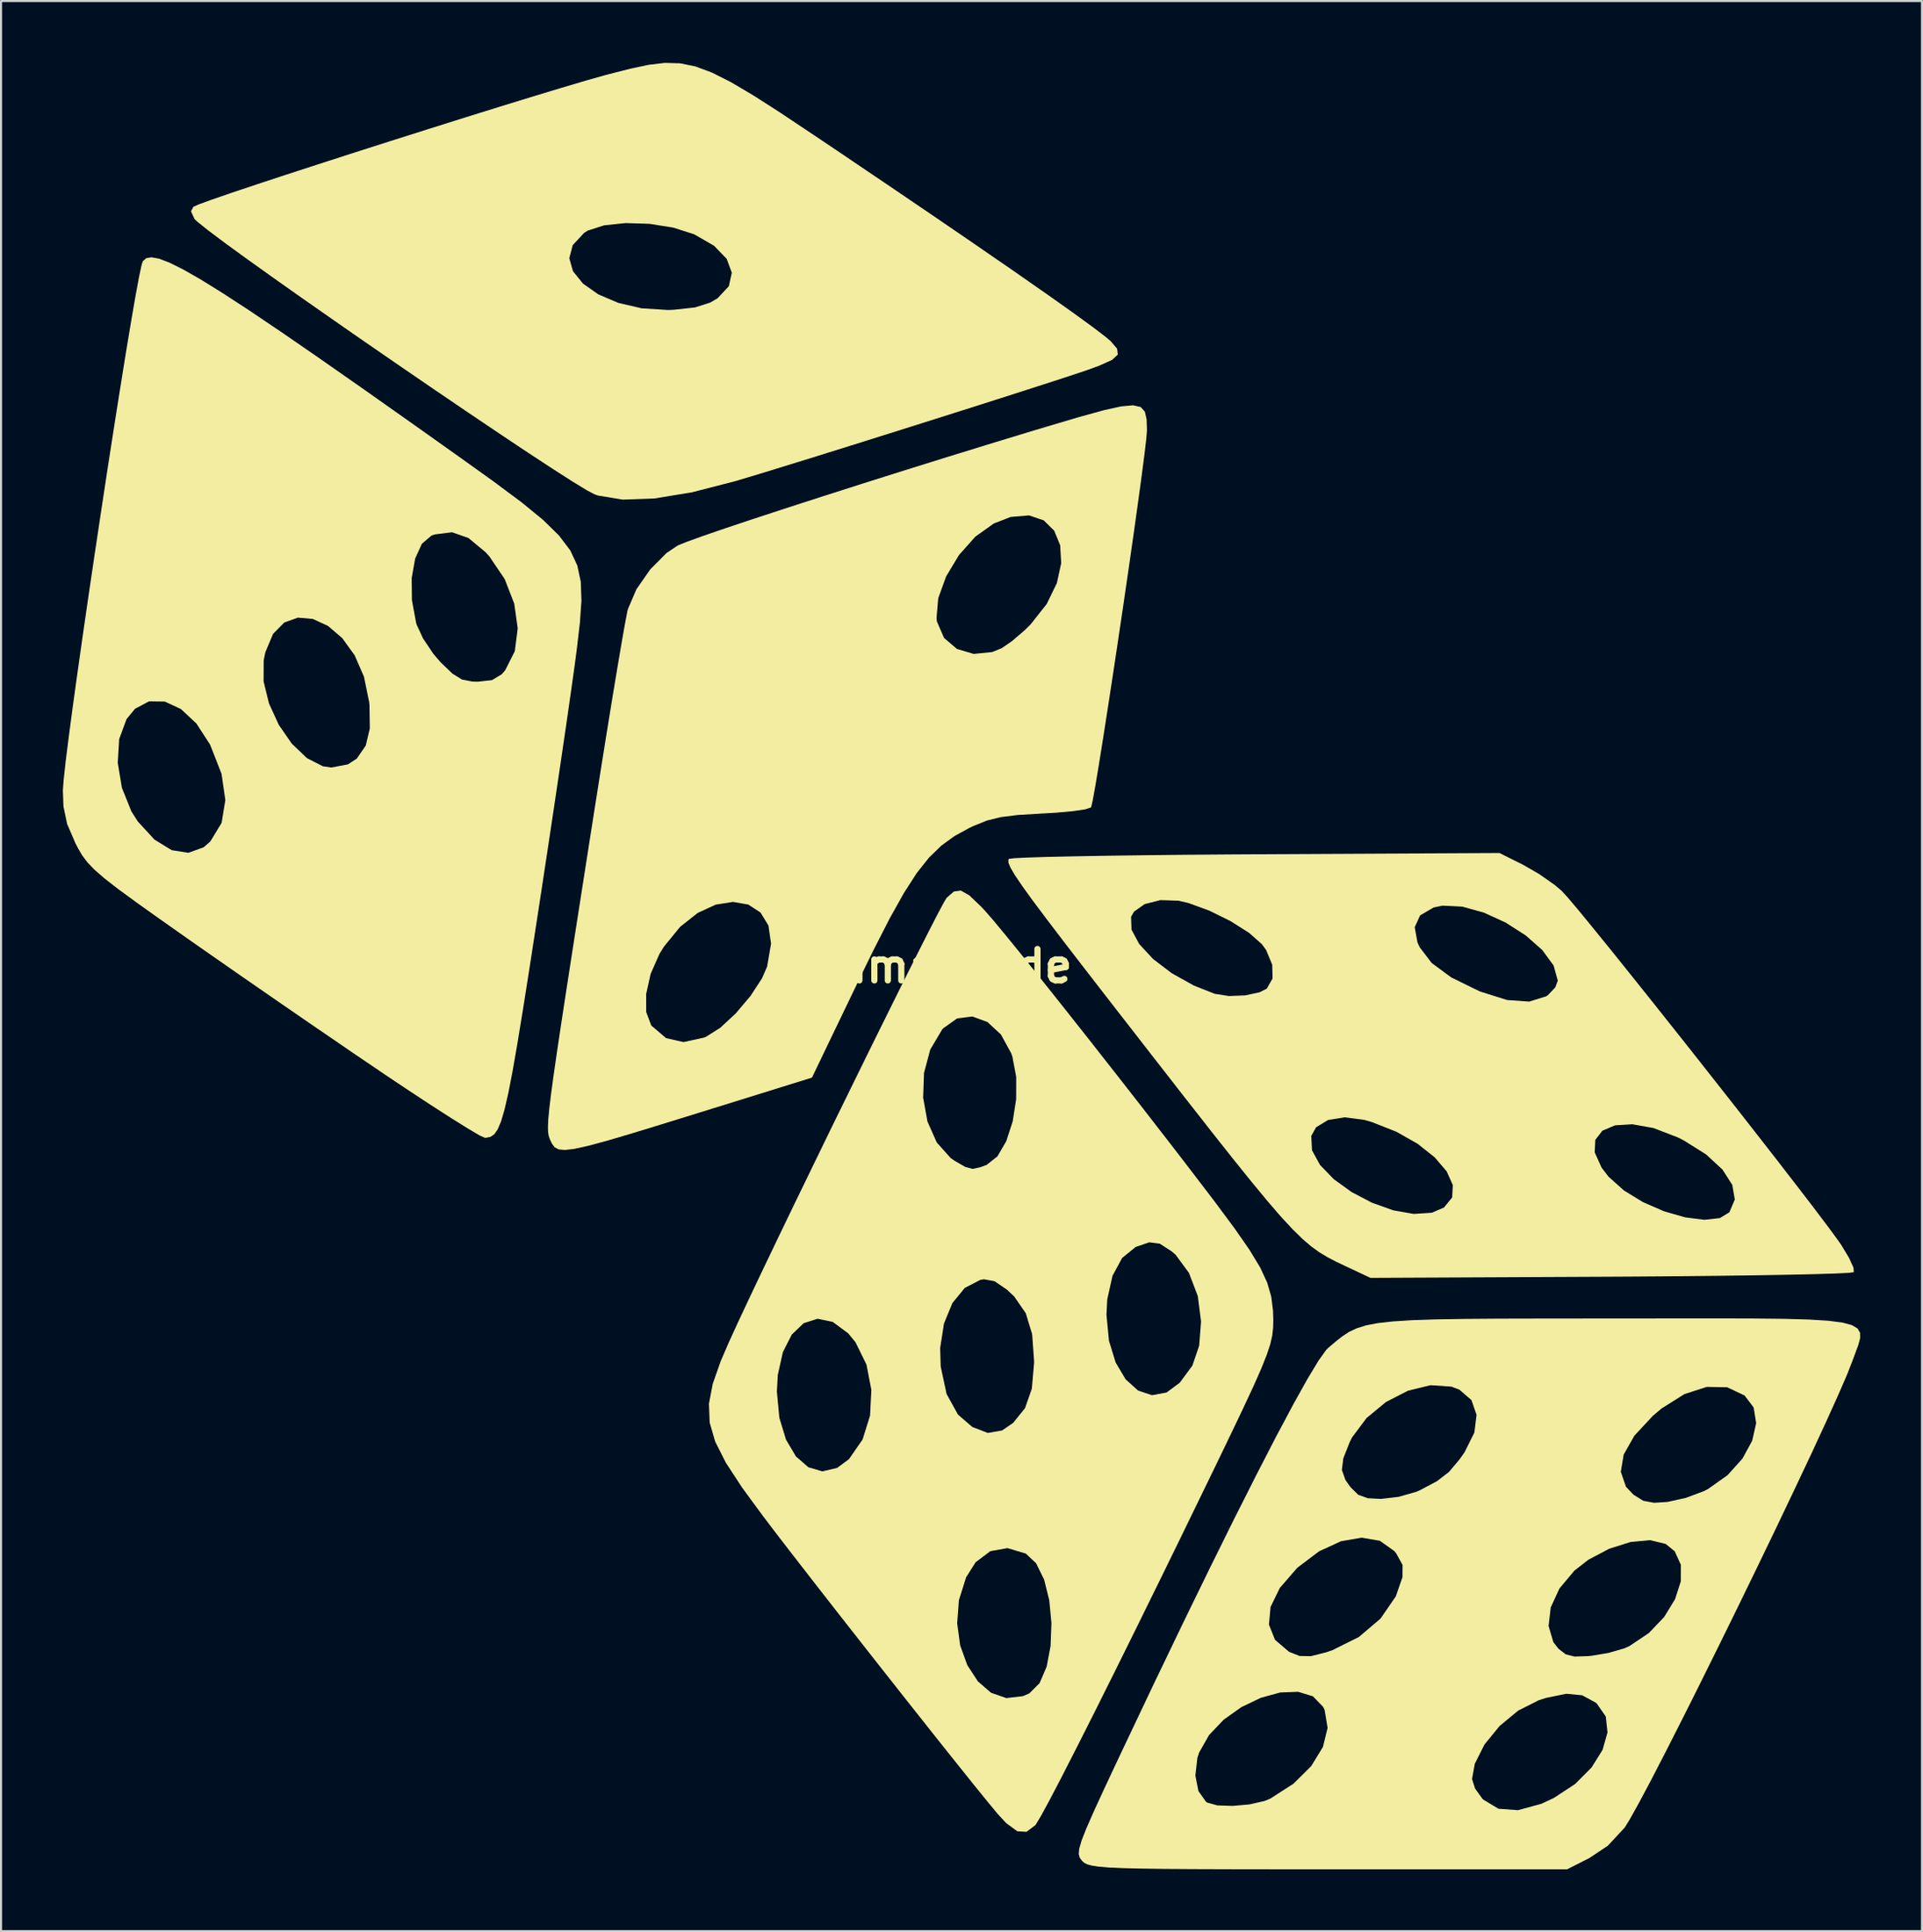
<source format=kicad_pcb>
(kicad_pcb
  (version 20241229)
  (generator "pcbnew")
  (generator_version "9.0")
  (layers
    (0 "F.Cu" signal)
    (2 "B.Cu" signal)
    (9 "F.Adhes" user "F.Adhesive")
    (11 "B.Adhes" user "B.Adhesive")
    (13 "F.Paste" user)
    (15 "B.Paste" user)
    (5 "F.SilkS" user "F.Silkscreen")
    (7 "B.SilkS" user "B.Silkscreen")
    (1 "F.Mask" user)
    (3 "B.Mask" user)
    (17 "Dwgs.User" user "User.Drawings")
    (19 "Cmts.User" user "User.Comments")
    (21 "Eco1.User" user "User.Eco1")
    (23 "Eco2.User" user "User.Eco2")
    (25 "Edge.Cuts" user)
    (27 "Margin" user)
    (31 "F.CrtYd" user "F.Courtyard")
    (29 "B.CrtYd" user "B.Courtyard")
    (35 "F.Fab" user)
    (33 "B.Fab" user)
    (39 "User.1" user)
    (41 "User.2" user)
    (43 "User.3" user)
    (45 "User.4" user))
  (footprint "image_de"
    (layer "F.Cu")
    (at 43.603 43.802)
    (property "Reference" "image_de" (at 0 0 0) (layer "F.SilkS") (effects (font (size 1.524 1.524) (thickness 0.3))))
    (attr board_only exclude_from_pos_files exclude_from_bom)
    (fp_poly (pts (xy -13.673 -43.782) (xy -12.93 -43.632) (xy -12.124 -43.333) (xy -11.2 -42.868) (xy -10.103 -42.219) (xy -8.777 -41.368) (xy -7.169 -40.296) (xy -6.35 -39.746) (xy -3.786 -38.015) (xy -1.439 -36.422) (xy 0.67 -34.98) (xy 2.524 -33.702) (xy 4.102 -32.602) (xy 5.385 -31.693) (xy 6.354 -30.989) (xy 6.989 -30.503) (xy 7.218 -30.307) (xy 7.528 -29.944) (xy 7.564 -29.658) (xy 7.282 -29.398) (xy 6.641 -29.111) (xy 6.118 -28.921) (xy 5.469 -28.702) (xy 4.466 -28.374) (xy 3.174 -27.957) (xy 1.657 -27.471) (xy -0.02 -26.938) (xy -1.792 -26.377) (xy -3.595 -25.808) (xy -5.364 -25.253) (xy -7.035 -24.731) (xy -8.543 -24.264) (xy -9.824 -23.87) (xy -10.813 -23.572) (xy -10.948 -23.531) (xy -13.084 -22.981) (xy -14.925 -22.678) (xy -16.452 -22.625) (xy -17.645 -22.822) (xy -17.814 -22.881) (xy -18.2 -23.084) (xy -18.897 -23.509) (xy -19.861 -24.127) (xy -21.05 -24.906) (xy -22.419 -25.818) (xy -23.926 -26.833) (xy -25.528 -27.921) (xy -27.181 -29.052) (xy -28.843 -30.196) (xy -30.469 -31.325) (xy -32.017 -32.407) (xy -33.444 -33.414) (xy -34.706 -34.316) (xy -34.724 -34.329) (xy -19.042 -34.329) (xy -18.861 -33.696) (xy -18.377 -33.1) (xy -17.633 -32.577) (xy -16.67 -32.165) (xy -15.532 -31.901) (xy -14.262 -31.82) (xy -13.981 -31.83) (xy -12.948 -31.943) (xy -12.208 -32.178) (xy -11.847 -32.391) (xy -11.301 -32.977) (xy -11.16 -33.629) (xy -11.406 -34.298) (xy -12.019 -34.934) (xy -12.983 -35.489) (xy -12.984 -35.49) (xy -13.998 -35.815) (xy -15.148 -35.998) (xy -16.306 -36.035) (xy -17.347 -35.927) (xy -18.143 -35.67) (xy -18.321 -35.56) (xy -18.876 -34.963) (xy -19.042 -34.329) (xy -34.724 -34.329) (xy -35.76 -35.083) (xy -36.563 -35.685) (xy -37.071 -36.092) (xy -37.22 -36.234) (xy -37.39 -36.607) (xy -37.274 -36.823) (xy -37.021 -36.938) (xy -36.399 -37.165) (xy -35.457 -37.49) (xy -34.246 -37.896) (xy -32.816 -38.367) (xy -31.215 -38.888) (xy -29.494 -39.443) (xy -27.703 -40.015) (xy -25.891 -40.59) (xy -24.107 -41.151) (xy -22.402 -41.682) (xy -20.826 -42.167) (xy -19.427 -42.591) (xy -18.256 -42.938) (xy -17.363 -43.191) (xy -17.11 -43.259) (xy -16.071 -43.522) (xy -15.189 -43.71) (xy -14.408 -43.802)) (stroke (width 0) (type solid)) (fill yes) (layer "F.SilkS"))
    (fp_poly (pts (xy 8.674 -27.114) (xy 8.875 -26.889) (xy 8.959 -26.522) (xy 8.976 -26.01) (xy 8.976 -25.975) (xy 8.944 -25.577) (xy 8.855 -24.819) (xy 8.717 -23.758) (xy 8.538 -22.448) (xy 8.328 -20.948) (xy 8.093 -19.311) (xy 7.843 -17.595) (xy 7.585 -15.856) (xy 7.328 -14.148) (xy 7.08 -12.53) (xy 6.85 -11.055) (xy 6.646 -9.781) (xy 6.476 -8.763) (xy 6.349 -8.057) (xy 6.272 -7.72) (xy 6.265 -7.703) (xy 6.007 -7.611) (xy 5.41 -7.52) (xy 4.569 -7.442) (xy 3.86 -7.401) (xy 2.719 -7.333) (xy 1.88 -7.228) (xy 1.206 -7.059) (xy 0.561 -6.799) (xy 0.362 -6.704) (xy -0.356 -6.31) (xy -0.997 -5.846) (xy -1.597 -5.264) (xy -2.191 -4.512) (xy -2.816 -3.542) (xy -3.508 -2.305) (xy -4.302 -0.75) (xy -5.009 0.698) (xy -7.272 5.403) (xy -12.705 7.092) (xy -14.584 7.674) (xy -16.089 8.134) (xy -17.265 8.479) (xy -18.156 8.718) (xy -18.805 8.86) (xy -19.258 8.912) (xy -19.557 8.884) (xy -19.748 8.783) (xy -19.875 8.618) (xy -19.949 8.468) (xy -20.003 8.342) (xy -20.045 8.203) (xy -20.071 8.02) (xy -20.076 7.762) (xy -20.058 7.399) (xy -20.01 6.898) (xy -19.93 6.231) (xy -19.813 5.365) (xy -19.655 4.27) (xy -19.453 2.915) (xy -19.214 1.353) (xy -15.314 1.353) (xy -15.31 2.224) (xy -15.071 2.864) (xy -15.054 2.887) (xy -14.346 3.489) (xy -13.501 3.68) (xy -12.507 3.463) (xy -12.413 3.425) (xy -11.723 2.99) (xy -10.964 2.285) (xy -10.25 1.441) (xy -9.694 0.588) (xy -9.447 0.02) (xy -9.256 -1.093) (xy -9.382 -1.97) (xy -9.769 -2.604) (xy -10.362 -2.989) (xy -11.104 -3.118) (xy -11.94 -2.985) (xy -12.813 -2.583) (xy -13.669 -1.905) (xy -14.452 -0.946) (xy -14.672 -0.588) (xy -15.097 0.374) (xy -15.314 1.353) (xy -19.214 1.353) (xy -19.201 1.269) (xy -18.897 -0.699) (xy -18.535 -3.02) (xy -18.112 -5.724) (xy -17.831 -7.515) (xy -17.522 -9.474) (xy -17.225 -11.327) (xy -16.95 -13.021) (xy -16.703 -14.507) (xy -16.495 -15.732) (xy -16.333 -16.646) (xy -16.29 -16.868) (xy -1.231 -16.868) (xy -1.208 -16.706) (xy -0.867 -15.92) (xy -0.241 -15.385) (xy 0.57 -15.142) (xy 1.467 -15.232) (xy 1.927 -15.419) (xy 2.429 -15.762) (xy 3.035 -16.281) (xy 3.329 -16.569) (xy 4.117 -17.569) (xy 4.607 -18.579) (xy 4.817 -19.543) (xy 4.768 -20.407) (xy 4.478 -21.117) (xy 3.968 -21.619) (xy 3.257 -21.86) (xy 2.364 -21.784) (xy 1.549 -21.467) (xy 0.652 -20.829) (xy -0.14 -19.937) (xy -0.762 -18.904) (xy -1.147 -17.844) (xy -1.231 -16.868) (xy -16.29 -16.868) (xy -16.227 -17.198) (xy -16.202 -17.304) (xy -15.787 -18.274) (xy -15.121 -19.236) (xy -14.327 -20.034) (xy -13.783 -20.399) (xy -13.367 -20.57) (xy -12.581 -20.854) (xy -11.473 -21.235) (xy -10.091 -21.696) (xy -8.483 -22.223) (xy -6.699 -22.8) (xy -4.786 -23.411) (xy -2.793 -24.04) (xy -0.768 -24.672) (xy 1.241 -25.292) (xy 3.185 -25.884) (xy 4.152 -26.175) (xy 5.692 -26.631) (xy 6.864 -26.955) (xy 7.719 -27.145) (xy 8.305 -27.199)) (stroke (width 0) (type solid)) (fill yes) (layer "F.SilkS"))
    (fp_poly (pts (xy -38.944 -34.31) (xy -38.435 -34.117) (xy -37.766 -33.784) (xy -36.915 -33.298) (xy -35.861 -32.644) (xy -34.582 -31.81) (xy -33.056 -30.783) (xy -31.262 -29.548) (xy -29.178 -28.092) (xy -26.782 -26.402) (xy -24.362 -24.685) (xy -22.695 -23.491) (xy -21.355 -22.493) (xy -20.313 -21.641) (xy -19.537 -20.88) (xy -18.994 -20.161) (xy -18.653 -19.43) (xy -18.483 -18.635) (xy -18.452 -17.725) (xy -18.528 -16.646) (xy -18.68 -15.348) (xy -18.683 -15.328) (xy -18.797 -14.47) (xy -18.97 -13.241) (xy -19.191 -11.703) (xy -19.453 -9.918) (xy -19.746 -7.948) (xy -20.06 -5.854) (xy -20.388 -3.699) (xy -20.586 -2.406) (xy -20.962 0.03) (xy -21.283 2.069) (xy -21.557 3.744) (xy -21.792 5.092) (xy -21.997 6.148) (xy -22.181 6.947) (xy -22.35 7.524) (xy -22.515 7.914) (xy -22.683 8.153) (xy -22.863 8.276) (xy -23.063 8.318) (xy -23.139 8.321) (xy -23.396 8.203) (xy -23.962 7.87) (xy -24.784 7.358) (xy -25.809 6.697) (xy -26.986 5.923) (xy -27.977 5.26) (xy -29.511 4.219) (xy -31.28 3.01) (xy -33.159 1.718) (xy -35.025 0.427) (xy -36.755 -0.777) (xy -37.443 -1.259) (xy -38.908 -2.289) (xy -40.058 -3.108) (xy -40.938 -3.753) (xy -41.593 -4.263) (xy -42.069 -4.676) (xy -42.409 -5.03) (xy -42.66 -5.363) (xy -42.866 -5.712) (xy -42.996 -5.964) (xy -43.396 -6.895) (xy -43.576 -7.748) (xy -43.603 -8.526) (xy -43.566 -9.036) (xy -43.475 -9.862) (xy -40.942 -9.862) (xy -40.74 -8.649) (xy -40.281 -7.507) (xy -39.968 -7.016) (xy -39.159 -6.137) (xy -38.326 -5.626) (xy -37.516 -5.498) (xy -36.778 -5.765) (xy -36.452 -6.048) (xy -35.904 -6.951) (xy -35.723 -8.057) (xy -35.908 -9.33) (xy -36.46 -10.734) (xy -36.468 -10.75) (xy -37.127 -11.768) (xy -37.876 -12.468) (xy -38.66 -12.832) (xy -39.421 -12.843) (xy -40.103 -12.483) (xy -40.515 -11.982) (xy -40.872 -11.016) (xy -40.942 -9.862) (xy -43.475 -9.862) (xy -43.471 -9.906) (xy -43.322 -11.09) (xy -43.129 -12.54) (xy -42.954 -13.811) (xy -33.869 -13.811) (xy -33.605 -12.737) (xy -33.13 -11.701) (xy -32.499 -10.789) (xy -31.767 -10.09) (xy -30.991 -9.693) (xy -30.583 -9.634) (xy -29.773 -9.788) (xy -29.347 -10.067) (xy -28.914 -10.696) (xy -28.716 -11.53) (xy -28.733 -12.658) (xy -28.747 -12.801) (xy -29 -14.036) (xy -29.453 -15.078) (xy -30.052 -15.906) (xy -30.745 -16.5) (xy -31.48 -16.839) (xy -32.204 -16.902) (xy -32.864 -16.667) (xy -33.408 -16.115) (xy -33.783 -15.224) (xy -33.864 -14.832) (xy -33.869 -13.811) (xy -42.954 -13.811) (xy -42.898 -14.209) (xy -42.637 -16.05) (xy -42.352 -18.014) (xy -42.233 -18.819) (xy -26.685 -18.819) (xy -26.674 -17.747) (xy -26.47 -16.647) (xy -26.446 -16.565) (xy -26.136 -15.894) (xy -25.633 -15.146) (xy -25.279 -14.733) (xy -24.708 -14.185) (xy -24.248 -13.901) (xy -23.743 -13.802) (xy -23.483 -13.795) (xy -22.789 -13.872) (xy -22.32 -14.155) (xy -22.15 -14.349) (xy -21.684 -15.276) (xy -21.543 -16.385) (xy -21.712 -17.582) (xy -22.175 -18.774) (xy -22.917 -19.868) (xy -23.106 -20.076) (xy -23.93 -20.762) (xy -24.729 -21.042) (xy -25.573 -20.936) (xy -25.719 -20.885) (xy -26.191 -20.485) (xy -26.518 -19.764) (xy -26.685 -18.819) (xy -42.233 -18.819) (xy -42.05 -20.054) (xy -41.739 -22.122) (xy -41.427 -24.172) (xy -41.119 -26.156) (xy -40.824 -28.025) (xy -40.549 -29.733) (xy -40.3 -31.233) (xy -40.085 -32.475) (xy -39.911 -33.414) (xy -39.786 -34.001) (xy -39.729 -34.181) (xy -39.569 -34.328) (xy -39.315 -34.376)) (stroke (width 0) (type solid)) (fill yes) (layer "F.SilkS"))
    (fp_poly (pts (xy 27.215 -4.919) (xy 28.011 -4.46) (xy 28.771 -3.926) (xy 29.092 -3.652) (xy 29.386 -3.331) (xy 29.913 -2.706) (xy 30.639 -1.821) (xy 31.532 -0.72) (xy 32.556 0.555) (xy 33.677 1.96) (xy 34.862 3.451) (xy 36.075 4.987) (xy 37.284 6.523) (xy 38.453 8.015) (xy 39.549 9.422) (xy 40.538 10.7) (xy 41.385 11.805) (xy 42.056 12.694) (xy 42.517 13.324) (xy 42.656 13.524) (xy 43.028 14.144) (xy 43.244 14.621) (xy 43.261 14.838) (xy 43.017 14.87) (xy 42.377 14.902) (xy 41.38 14.933) (xy 40.069 14.962) (xy 38.483 14.99) (xy 36.664 15.014) (xy 34.653 15.035) (xy 32.49 15.051) (xy 31.458 15.057) (xy 19.816 15.114) (xy 18.614 14.549) (xy 18.154 14.331) (xy 17.74 14.116) (xy 17.346 13.879) (xy 16.947 13.592) (xy 16.521 13.228) (xy 16.043 12.76) (xy 15.488 12.161) (xy 14.832 11.403) (xy 14.052 10.46) (xy 13.122 9.305) (xy 12.271 8.23) (xy 16.946 8.23) (xy 16.981 8.925) (xy 17.371 9.639) (xy 18.039 10.33) (xy 18.906 10.955) (xy 19.894 11.472) (xy 20.924 11.839) (xy 21.919 12.014) (xy 22.8 11.954) (xy 23.381 11.702) (xy 23.78 11.214) (xy 23.811 10.615) (xy 23.515 9.952) (xy 22.933 9.27) (xy 22.63 9.029) (xy 30.694 9.029) (xy 31.026 9.768) (xy 31.365 10.209) (xy 32.105 10.872) (xy 33.031 11.439) (xy 34.052 11.884) (xy 35.077 12.179) (xy 36.013 12.298) (xy 36.768 12.213) (xy 37.225 11.933) (xy 37.488 11.312) (xy 37.366 10.607) (xy 36.89 9.862) (xy 36.092 9.126) (xy 35.003 8.443) (xy 34.706 8.294) (xy 33.544 7.849) (xy 32.52 7.665) (xy 31.679 7.717) (xy 31.064 7.978) (xy 30.721 8.424) (xy 30.694 9.029) (xy 22.63 9.029) (xy 22.106 8.613) (xy 21.075 8.028) (xy 19.883 7.559) (xy 19.525 7.455) (xy 18.577 7.328) (xy 17.764 7.456) (xy 17.18 7.812) (xy 16.946 8.23) (xy 12.271 8.23) (xy 12.019 7.911) (xy 10.718 6.25) (xy 9.195 4.295) (xy 7.558 2.19) (xy 6.178 0.411) (xy 5.048 -1.054) (xy 4.144 -2.238) (xy 4.026 -2.396) (xy 8.207 -2.396) (xy 8.226 -1.774) (xy 8.602 -1.073) (xy 9.272 -0.35) (xy 10.178 0.34) (xy 11.257 0.942) (xy 12.261 1.339) (xy 12.948 1.447) (xy 13.74 1.416) (xy 14.443 1.264) (xy 14.789 1.088) (xy 15.068 0.597) (xy 15.052 -0.072) (xy 14.756 -0.785) (xy 14.552 -1.065) (xy 13.927 -1.618) (xy 13.494 -1.892) (xy 21.962 -1.892) (xy 22.097 -1.148) (xy 22.204 -0.917) (xy 22.788 -0.154) (xy 23.734 0.544) (xy 25.078 1.203) (xy 25.157 1.236) (xy 26.445 1.641) (xy 27.516 1.717) (xy 28.34 1.461) (xy 28.417 1.411) (xy 28.782 1.028) (xy 28.903 0.699) (xy 28.699 -0.034) (xy 28.151 -0.782) (xy 27.346 -1.493) (xy 26.371 -2.116) (xy 25.316 -2.598) (xy 24.267 -2.889) (xy 23.313 -2.936) (xy 22.879 -2.846) (xy 22.225 -2.464) (xy 21.962 -1.892) (xy 13.494 -1.892) (xy 13.025 -2.188) (xy 11.996 -2.695) (xy 10.99 -3.063) (xy 10.503 -3.176) (xy 9.628 -3.204) (xy 8.868 -3.012) (xy 8.345 -2.643) (xy 8.207 -2.396) (xy 4.026 -2.396) (xy 3.446 -3.17) (xy 2.93 -3.883) (xy 2.575 -4.407) (xy 2.359 -4.773) (xy 2.259 -5.012) (xy 2.254 -5.154) (xy 2.285 -5.205) (xy 2.528 -5.236) (xy 3.169 -5.268) (xy 4.166 -5.299) (xy 5.479 -5.328) (xy 7.067 -5.356) (xy 8.891 -5.381) (xy 10.908 -5.403) (xy 13.079 -5.42) (xy 14.259 -5.427) (xy 26.074 -5.489)) (stroke (width 0) (type solid)) (fill yes) (layer "F.SilkS"))
    (fp_poly (pts (xy 0.359 -3.436) (xy 0.929 -2.892) (xy 1.126 -2.682) (xy 1.524 -2.225) (xy 2.152 -1.467) (xy 2.974 -0.455) (xy 3.953 0.765) (xy 5.052 2.146) (xy 6.234 3.642) (xy 7.463 5.207) (xy 8.703 6.794) (xy 9.915 8.357) (xy 11.065 9.848) (xy 12.114 11.223) (xy 12.226 11.369) (xy 13.21 12.691) (xy 13.945 13.748) (xy 14.467 14.609) (xy 14.809 15.345) (xy 15.005 16.023) (xy 15.091 16.714) (xy 15.104 17.157) (xy 15.095 17.538) (xy 15.053 17.913) (xy 14.957 18.333) (xy 14.787 18.846) (xy 14.524 19.504) (xy 14.148 20.354) (xy 13.639 21.448) (xy 12.977 22.834) (xy 12.141 24.563) (xy 12.122 24.601) (xy 10.832 27.258) (xy 9.601 29.776) (xy 8.444 32.128) (xy 7.376 34.287) (xy 6.409 36.224) (xy 5.557 37.912) (xy 4.836 39.322) (xy 4.258 40.428) (xy 3.838 41.202) (xy 3.59 41.615) (xy 3.556 41.658) (xy 3.133 41.976) (xy 2.684 41.947) (xy 2.147 41.553) (xy 1.733 41.104) (xy 1.261 40.534) (xy 0.562 39.672) (xy -0.321 38.57) (xy -1.347 37.282) (xy -2.474 35.859) (xy -3.661 34.356) (xy -4.865 32.825) (xy -5.619 31.864) (xy -0.229 31.864) (xy -0.083 32.934) (xy 0.262 33.892) (xy 0.773 34.678) (xy 1.415 35.232) (xy 2.157 35.491) (xy 2.965 35.396) (xy 3.273 35.26) (xy 3.769 34.765) (xy 4.112 33.964) (xy 4.302 32.959) (xy 4.344 31.853) (xy 4.238 30.748) (xy 3.989 29.747) (xy 3.599 28.953) (xy 3.099 28.483) (xy 2.21 28.218) (xy 1.378 28.367) (xy 0.665 28.905) (xy 0.205 29.633) (xy -0.144 30.743) (xy -0.229 31.864) (xy -5.619 31.864) (xy -6.045 31.32) (xy -7.159 29.893) (xy -8.164 28.598) (xy -9.02 27.488) (xy -9.611 26.713) (xy -10.669 25.27) (xy -11.449 24.076) (xy -11.965 23.054) (xy -12.233 22.128) (xy -12.268 21.22) (xy -12.156 20.629) (xy -8.973 20.629) (xy -8.853 21.899) (xy -8.53 22.96) (xy -8.047 23.773) (xy -7.445 24.298) (xy -6.766 24.497) (xy -6.051 24.33) (xy -5.478 23.905) (xy -4.816 22.952) (xy -4.454 21.795) (xy -4.39 20.548) (xy -4.626 19.324) (xy -5.023 18.513) (xy -1.053 18.513) (xy -1.028 19.409) (xy -0.742 20.745) (xy -0.19 21.743) (xy 0.503 22.342) (xy 1.257 22.634) (xy 1.951 22.513) (xy 2.486 22.145) (xy 3.063 21.431) (xy 3.393 20.487) (xy 3.503 19.231) (xy 3.503 19.163) (xy 3.408 17.845) (xy 3.122 16.906) (xy 7.012 16.906) (xy 7.133 18.159) (xy 7.457 19.215) (xy 7.942 20.034) (xy 8.544 20.577) (xy 9.22 20.804) (xy 9.925 20.673) (xy 10.565 20.2) (xy 11.18 19.368) (xy 11.509 18.404) (xy 11.6 17.229) (xy 11.442 15.995) (xy 11.014 14.874) (xy 10.372 14) (xy 10.18 13.832) (xy 9.599 13.456) (xy 9.09 13.39) (xy 8.445 13.609) (xy 8.423 13.619) (xy 7.773 14.146) (xy 7.306 15.014) (xy 7.051 16.155) (xy 7.012 16.906) (xy 3.122 16.906) (xy 3.099 16.828) (xy 2.537 16.016) (xy 2.185 15.686) (xy 1.586 15.277) (xy 1.075 15.182) (xy 0.896 15.211) (xy 0.141 15.601) (xy -0.459 16.333) (xy -0.869 17.331) (xy -1.053 18.513) (xy -5.023 18.513) (xy -5.159 18.237) (xy -5.513 17.805) (xy -6.264 17.249) (xy -6.998 17.096) (xy -7.674 17.312) (xy -8.249 17.862) (xy -8.682 18.712) (xy -8.93 19.828) (xy -8.973 20.629) (xy -12.156 20.629) (xy -12.085 20.256) (xy -11.699 19.157) (xy -11.3 18.23) (xy -10.873 17.3) (xy -10.314 16.107) (xy -9.645 14.698) (xy -8.887 13.116) (xy -8.061 11.405) (xy -7.19 9.609) (xy -6.296 7.772) (xy -5.612 6.375) (xy -1.879 6.375) (xy -1.67 7.533) (xy -1.221 8.545) (xy -0.541 9.307) (xy -0.346 9.441) (xy 0.17 9.737) (xy 0.519 9.83) (xy 0.907 9.744) (xy 1.2 9.636) (xy 1.724 9.223) (xy 2.153 8.484) (xy 2.464 7.525) (xy 2.632 6.452) (xy 2.635 5.37) (xy 2.449 4.385) (xy 2.395 4.229) (xy 1.893 3.312) (xy 1.239 2.707) (xy 0.507 2.439) (xy -0.232 2.533) (xy -0.906 3.013) (xy -0.96 3.075) (xy -1.534 4.042) (xy -1.837 5.176) (xy -1.879 6.375) (xy -5.612 6.375) (xy -5.398 5.938) (xy -4.52 4.151) (xy -3.683 2.457) (xy -2.909 0.897) (xy -2.218 -0.482) (xy -1.634 -1.638) (xy -1.176 -2.527) (xy -0.868 -3.103) (xy -0.737 -3.317) (xy -0.39 -3.62) (xy -0.053 -3.669)) (stroke (width 0) (type solid)) (fill yes) (layer "F.SilkS"))
    (fp_poly (pts (xy 38.39 17.084) (xy 39.902 17.1) (xy 41.104 17.135) (xy 42.027 17.193) (xy 42.703 17.28) (xy 43.163 17.403) (xy 43.439 17.566) (xy 43.563 17.776) (xy 43.566 18.038) (xy 43.481 18.358) (xy 43.34 18.742) (xy 43.185 19.16) (xy 42.923 19.827) (xy 42.491 20.824) (xy 41.914 22.1) (xy 41.216 23.608) (xy 40.42 25.297) (xy 39.551 27.119) (xy 38.633 29.025) (xy 37.689 30.965) (xy 36.744 32.891) (xy 35.821 34.753) (xy 34.945 36.502) (xy 34.14 38.089) (xy 33.428 39.465) (xy 32.836 40.58) (xy 32.385 41.387) (xy 32.148 41.77) (xy 31.327 42.653) (xy 30.431 43.248) (xy 29.356 43.793) (xy 17.777 43.793) (xy 15.228 43.793) (xy 13.08 43.79) (xy 11.299 43.784) (xy 9.847 43.774) (xy 8.691 43.758) (xy 7.793 43.735) (xy 7.117 43.704) (xy 6.629 43.663) (xy 6.292 43.612) (xy 6.069 43.549) (xy 5.926 43.473) (xy 5.827 43.382) (xy 5.824 43.378) (xy 5.717 43.234) (xy 5.667 43.053) (xy 5.692 42.787) (xy 5.81 42.387) (xy 6.039 41.803) (xy 6.398 40.986) (xy 6.904 39.888) (xy 7.206 39.244) (xy 11.324 39.244) (xy 11.474 40.001) (xy 11.84 40.519) (xy 11.893 40.556) (xy 12.385 40.694) (xy 13.128 40.72) (xy 13.95 40.646) (xy 14.681 40.48) (xy 14.955 40.368) (xy 16.082 39.642) (xy 16.31 39.417) (xy 24.743 39.417) (xy 24.892 39.879) (xy 25.252 40.38) (xy 25.281 40.409) (xy 26.025 40.857) (xy 26.972 40.926) (xy 28.104 40.618) (xy 28.71 40.335) (xy 29.744 39.656) (xy 30.542 38.855) (xy 31.075 38) (xy 31.314 37.154) (xy 31.23 36.385) (xy 30.795 35.757) (xy 30.735 35.707) (xy 30.084 35.355) (xy 29.316 35.281) (xy 28.332 35.482) (xy 27.981 35.594) (xy 26.985 36.096) (xy 26.079 36.845) (xy 25.347 37.74) (xy 24.876 38.68) (xy 24.743 39.417) (xy 16.31 39.417) (xy 16.946 38.786) (xy 17.51 37.863) (xy 17.738 36.936) (xy 17.593 36.068) (xy 17.519 35.913) (xy 17.027 35.406) (xy 16.309 35.185) (xy 15.44 35.219) (xy 14.498 35.477) (xy 13.557 35.928) (xy 12.694 36.542) (xy 11.985 37.287) (xy 11.506 38.133) (xy 11.422 38.392) (xy 11.324 39.244) (xy 7.206 39.244) (xy 7.575 38.458) (xy 7.81 37.959) (xy 9.285 34.852) (xy 10.68 31.949) (xy 10.691 31.926) (xy 14.893 31.926) (xy 15.188 32.666) (xy 15.863 33.243) (xy 15.875 33.249) (xy 16.381 33.449) (xy 16.927 33.459) (xy 17.662 33.273) (xy 17.967 33.169) (xy 19.255 32.529) (xy 19.884 31.993) (xy 28.456 31.993) (xy 28.686 32.774) (xy 28.931 33.092) (xy 29.284 33.367) (xy 29.71 33.477) (xy 30.371 33.456) (xy 30.549 33.438) (xy 31.362 33.3) (xy 32.108 33.086) (xy 32.372 32.972) (xy 33.318 32.338) (xy 34.066 31.553) (xy 34.592 30.692) (xy 34.87 29.826) (xy 34.872 29.029) (xy 34.574 28.372) (xy 34.136 28.016) (xy 33.383 27.833) (xy 32.431 27.922) (xy 31.395 28.249) (xy 30.39 28.78) (xy 29.705 29.312) (xy 28.983 30.175) (xy 28.56 31.098) (xy 28.456 31.993) (xy 19.884 31.993) (xy 20.305 31.635) (xy 21.046 30.56) (xy 21.369 29.626) (xy 21.373 29.036) (xy 21.07 28.481) (xy 20.966 28.355) (xy 20.275 27.864) (xy 19.392 27.711) (xy 18.386 27.885) (xy 17.327 28.372) (xy 16.284 29.16) (xy 16.24 29.202) (xy 15.423 30.147) (xy 14.972 31.071) (xy 14.893 31.926) (xy 10.691 31.926) (xy 11.984 29.272) (xy 13.187 26.841) (xy 14.278 24.678) (xy 14.407 24.427) (xy 18.43 24.427) (xy 18.602 24.913) (xy 18.847 25.261) (xy 19.225 25.633) (xy 19.694 25.8) (xy 20.325 25.833) (xy 21.183 25.732) (xy 22.04 25.487) (xy 22.225 25.407) (xy 23.044 24.972) (xy 23.623 24.525) (xy 23.627 24.52) (xy 31.959 24.52) (xy 32.209 25.243) (xy 32.571 25.625) (xy 33.049 25.923) (xy 33.575 26.021) (xy 34.227 25.978) (xy 35.102 25.786) (xy 35.979 25.459) (xy 36.188 25.354) (xy 37.136 24.681) (xy 37.861 23.875) (xy 38.333 23.009) (xy 38.524 22.159) (xy 38.403 21.399) (xy 37.961 20.818) (xy 37.119 20.419) (xy 36.131 20.4) (xy 35.051 20.747) (xy 33.932 21.45) (xy 33.512 21.804) (xy 32.618 22.766) (xy 32.098 23.683) (xy 31.959 24.52) (xy 23.627 24.52) (xy 24.136 23.917) (xy 24.387 23.559) (xy 24.857 22.615) (xy 24.962 21.755) (xy 24.716 21.041) (xy 24.131 20.536) (xy 23.745 20.388) (xy 22.73 20.318) (xy 21.636 20.586) (xy 20.566 21.136) (xy 19.628 21.909) (xy 18.926 22.849) (xy 18.808 23.085) (xy 18.499 23.867) (xy 18.43 24.427) (xy 14.407 24.427) (xy 15.245 22.803) (xy 16.08 21.236) (xy 16.77 20) (xy 17.306 19.114) (xy 17.676 18.599) (xy 17.761 18.514) (xy 18.121 18.209) (xy 18.447 17.951) (xy 18.775 17.736) (xy 19.146 17.56) (xy 19.596 17.419) (xy 20.164 17.309) (xy 20.888 17.227) (xy 21.807 17.167) (xy 22.958 17.128) (xy 24.38 17.104) (xy 26.112 17.091) (xy 28.191 17.086) (xy 30.655 17.084) (xy 31.668 17.084) (xy 34.304 17.081) (xy 36.534 17.079)) (stroke (width 0) (type solid)) (fill yes) (layer "F.SilkS")))
  (gr_rect
    (start -3 -3)
    (end 90.169 90.595)
    (stroke (width 0.1) (type default))
    (fill no)
    (layer "Edge.Cuts")))
</source>
